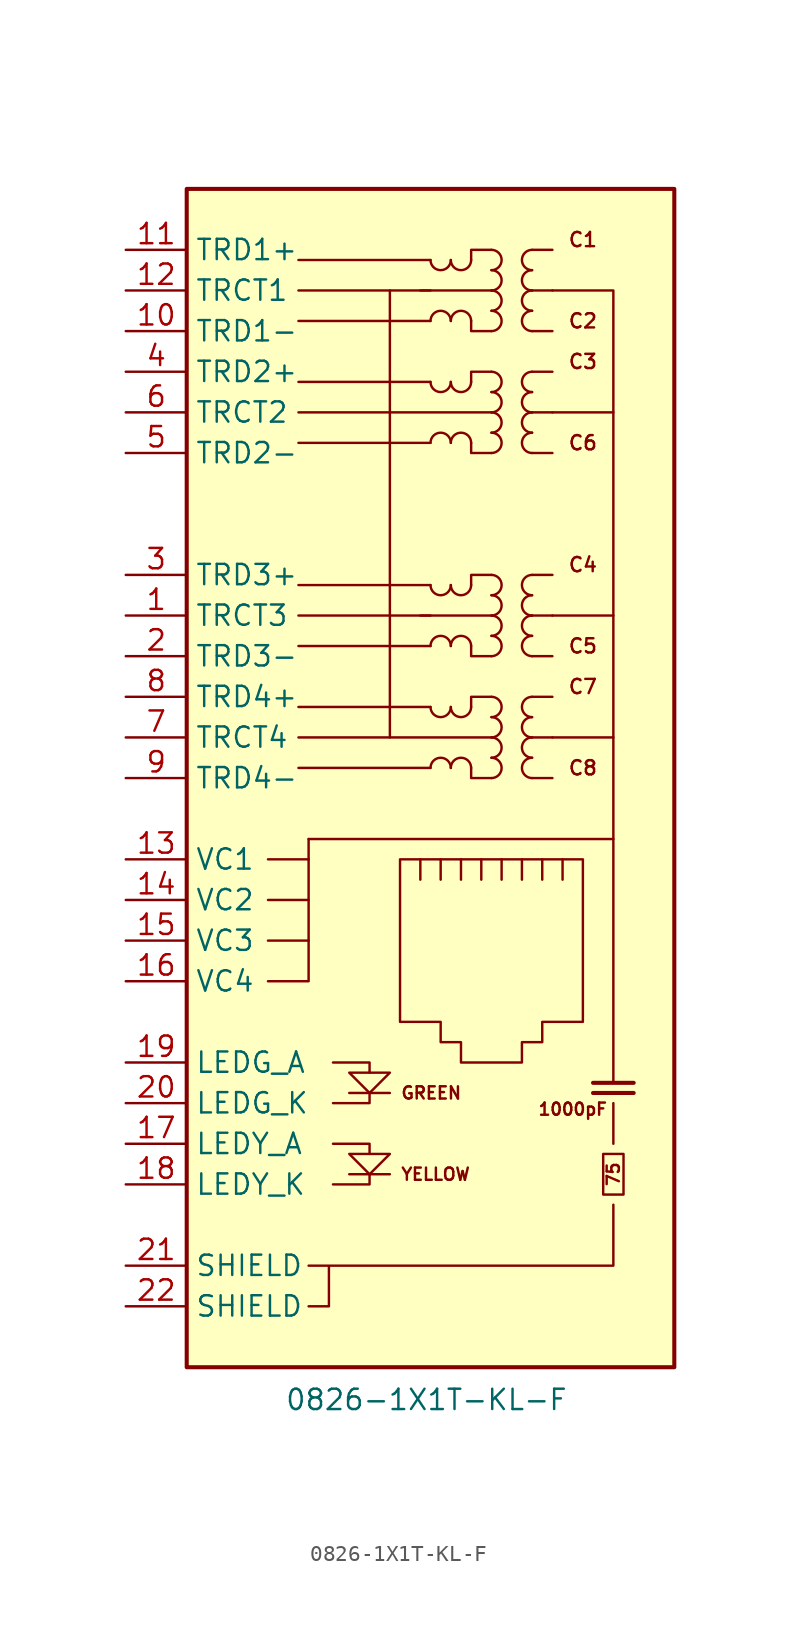
<source format=kicad_sym>
(kicad_symbol_lib
  (version 20241209)
  (generator "kicad_symbol_editor")
  (generator_version "9.0")
  (symbol "0826-1X1T-KL-F"
    (property "Reference" "U"
      (at -14.224 38.354 0)
      (effects (font (size 1.27 1.27)) (hide yes)))
    (property "Value" "0826-1X1T-KL-F"
      (at -0.254 -38.862 0)
      (effects (font (size 1.27 1.27))))
    (symbol "0826-1X1T-KL-F_0_1"
      (polyline (pts (xy 3.81 22.86) (xy -2.54 22.86) (xy -2.54 30.48) (xy 0 30.48) (xy -2.54 30.48)) (stroke (width 0) (type default)) (fill (type none)))
      (polyline (pts (xy 3.81 2.54) (xy -2.54 2.54) (xy -2.54 10.16) (xy 0 10.16) (xy -2.54 10.16)) (stroke (width 0) (type default)) (fill (type none))))
    (symbol "0826-1X1T-KL-F_1_1"
      (rectangle (start -15.24 36.83) (end 15.24 -36.83) (stroke (width 0.254) (type default)) (fill (type background)))
      (polyline (pts (xy -10.16 -5.08) (xy -7.62 -5.08)) (stroke (width 0) (type default)) (fill (type none)))
      (polyline (pts (xy -10.16 -7.62) (xy -7.62 -7.62)) (stroke (width 0) (type default)) (fill (type none)))
      (polyline (pts (xy -10.16 -10.16) (xy -7.62 -10.16)) (stroke (width 0) (type default)) (fill (type none)))
      (polyline (pts (xy -7.62 -3.81) (xy 11.43 -3.81) (xy 11.43 30.48) (xy 7.62 30.48)) (stroke (width 0) (type default)) (fill (type none)))
      (polyline (pts (xy -7.62 -5.08) (xy -7.62 -3.81)) (stroke (width 0) (type default)) (fill (type none)))
      (polyline (pts (xy -7.62 -5.08) (xy -7.62 -12.7) (xy -10.16 -12.7)) (stroke (width 0) (type default)) (fill (type none)))
      (polyline (pts (xy -7.62 -33.02) (xy -6.35 -33.02) (xy -6.35 -30.48) (xy -7.62 -30.48) (xy -6.35 -30.48) (xy 11.43 -30.48) (xy 11.43 -26.67)) (stroke (width 0) (type default)) (fill (type none)))
      (polyline (pts (xy -6.096 -17.78) (xy -3.81 -17.78) (xy -3.81 -18.415)) (stroke (width 0) (type default)) (fill (type none)))
      (polyline (pts (xy -6.096 -22.86) (xy -3.81 -22.86) (xy -3.81 -23.495)) (stroke (width 0) (type default)) (fill (type none)))
      (polyline (pts (xy -6.096 -25.4) (xy -3.81 -25.4) (xy -3.81 -24.765)) (stroke (width 0) (type default)) (fill (type none)))
      (polyline (pts (xy -5.08 -18.415) (xy -2.54 -18.415) (xy -3.81 -19.685) (xy -5.08 -18.415)) (stroke (width 0) (type default)) (fill (type none)))
      (polyline (pts (xy -3.81 -19.685) (xy -3.81 -20.32) (xy -6.096 -20.32)) (stroke (width 0) (type default)) (fill (type none)))
      (polyline (pts (xy -2.54 30.48) (xy -8.255 30.48)) (stroke (width 0) (type default)) (fill (type none)))
      (polyline (pts (xy -2.54 22.86) (xy -8.255 22.86)) (stroke (width 0) (type default)) (fill (type none)))
      (polyline (pts (xy -2.54 10.16) (xy -8.255 10.16)) (stroke (width 0) (type default)) (fill (type none)))
      (polyline (pts (xy -2.54 10.16) (xy -2.54 22.86)) (stroke (width 0) (type default)) (fill (type none)))
      (polyline (pts (xy -2.54 2.54) (xy -8.255 2.54)) (stroke (width 0) (type default)) (fill (type none)))
      (polyline (pts (xy -2.54 -19.685) (xy -5.08 -19.685)) (stroke (width 0) (type default)) (fill (type none)))
      (polyline (pts (xy -2.54 -23.495) (xy -5.08 -23.495) (xy -3.81 -24.765) (xy -2.54 -23.495)) (stroke (width 0) (type default)) (fill (type none)))
      (polyline (pts (xy -2.54 -24.765) (xy -5.08 -24.765)) (stroke (width 0) (type default)) (fill (type none)))
      (polyline (pts (xy -1.905 -5.08) (xy 9.525 -5.08) (xy 9.525 -15.24) (xy 6.985 -15.24) (xy 6.985 -16.51) (xy 5.715 -16.51) (xy 5.715 -17.78) (xy 1.905 -17.78) (xy 1.905 -16.51) (xy 0.635 -16.51) (xy 0.635 -15.24) (xy -1.905 -15.24) (xy -1.905 -5.08)) (stroke (width 0) (type default)) (fill (type none)))
      (polyline (pts (xy -0.635 30.48) (xy 3.81 30.48)) (stroke (width 0) (type default)) (fill (type none)))
      (polyline (pts (xy -0.635 10.16) (xy 3.81 10.16)) (stroke (width 0) (type default)) (fill (type none)))
      (polyline (pts (xy -0.635 -6.35) (xy -0.635 -5.08)) (stroke (width 0) (type default)) (fill (type none)))
      (polyline (pts (xy 0 32.385) (xy -8.255 32.385)) (stroke (width 0) (type default)) (fill (type none)))
      (polyline (pts (xy 0 28.575) (xy -8.255 28.575)) (stroke (width 0) (type default)) (fill (type none)))
      (polyline (pts (xy 0 24.765) (xy -8.255 24.765)) (stroke (width 0) (type default)) (fill (type none)))
      (polyline (pts (xy 0 20.955) (xy -8.255 20.955)) (stroke (width 0) (type default)) (fill (type none)))
      (polyline (pts (xy 0 12.065) (xy -8.255 12.065)) (stroke (width 0) (type default)) (fill (type none)))
      (polyline (pts (xy 0 8.255) (xy -8.255 8.255)) (stroke (width 0) (type default)) (fill (type none)))
      (polyline (pts (xy 0 4.445) (xy -8.255 4.445)) (stroke (width 0) (type default)) (fill (type none)))
      (polyline (pts (xy 0 0.635) (xy -8.255 0.635)) (stroke (width 0) (type default)) (fill (type none)))
      (arc (start 1.27 32.385) (mid 0.635 31.7527) (end 0 32.385) (stroke (width 0) (type default)) (fill (type none)))
      (arc (start 0 28.575) (mid 0.635 29.2072) (end 1.27 28.575) (stroke (width 0) (type default)) (fill (type none)))
      (arc (start 1.27 24.765) (mid 0.635 24.1327) (end 0 24.765) (stroke (width 0) (type default)) (fill (type none)))
      (arc (start 0 20.955) (mid 0.635 21.5872) (end 1.27 20.955) (stroke (width 0) (type default)) (fill (type none)))
      (arc (start 1.27 12.065) (mid 0.635 11.4327) (end 0 12.065) (stroke (width 0) (type default)) (fill (type none)))
      (arc (start 0 8.255) (mid 0.635 8.8872) (end 1.27 8.255) (stroke (width 0) (type default)) (fill (type none)))
      (arc (start 1.27 4.445) (mid 0.635 3.8127) (end 0 4.445) (stroke (width 0) (type default)) (fill (type none)))
      (arc (start 0 0.635) (mid 0.635 1.2672) (end 1.27 0.635) (stroke (width 0) (type default)) (fill (type none)))
      (polyline (pts (xy 0.635 -5.08) (xy 0.635 -6.35)) (stroke (width 0) (type default)) (fill (type none)))
      (arc (start 2.54 32.385) (mid 1.905 31.7527) (end 1.27 32.385) (stroke (width 0) (type default)) (fill (type none)))
      (arc (start 1.27 28.575) (mid 1.905 29.2072) (end 2.54 28.575) (stroke (width 0) (type default)) (fill (type none)))
      (arc (start 2.54 24.765) (mid 1.905 24.1327) (end 1.27 24.765) (stroke (width 0) (type default)) (fill (type none)))
      (arc (start 1.27 20.955) (mid 1.905 21.5872) (end 2.54 20.955) (stroke (width 0) (type default)) (fill (type none)))
      (arc (start 2.54 12.065) (mid 1.905 11.4327) (end 1.27 12.065) (stroke (width 0) (type default)) (fill (type none)))
      (arc (start 1.27 8.255) (mid 1.905 8.8872) (end 2.54 8.255) (stroke (width 0) (type default)) (fill (type none)))
      (arc (start 2.54 4.445) (mid 1.905 3.8127) (end 1.27 4.445) (stroke (width 0) (type default)) (fill (type none)))
      (arc (start 1.27 0.635) (mid 1.905 1.2672) (end 2.54 0.635) (stroke (width 0) (type default)) (fill (type none)))
      (polyline (pts (xy 1.905 -5.08) (xy 1.905 -6.35)) (stroke (width 0) (type default)) (fill (type none)))
      (polyline (pts (xy 2.54 28.575) (xy 2.54 27.94) (xy 3.81 27.94)) (stroke (width 0) (type default)) (fill (type none)))
      (polyline (pts (xy 2.54 20.955) (xy 2.54 20.32) (xy 3.81 20.32)) (stroke (width 0) (type default)) (fill (type none)))
      (polyline (pts (xy 2.54 8.255) (xy 2.54 7.62) (xy 3.81 7.62)) (stroke (width 0) (type default)) (fill (type none)))
      (polyline (pts (xy 2.54 0.635) (xy 2.54 0) (xy 3.81 0)) (stroke (width 0) (type default)) (fill (type none)))
      (polyline (pts (xy 3.175 -5.08) (xy 3.175 -6.35)) (stroke (width 0) (type default)) (fill (type none)))
      (arc (start 3.81 33.02) (mid 4.4422 32.385) (end 3.81 31.75) (stroke (width 0) (type default)) (fill (type none)))
      (arc (start 3.81 31.75) (mid 4.4422 31.115) (end 3.81 30.48) (stroke (width 0) (type default)) (fill (type none)))
      (arc (start 3.81 30.48) (mid 4.4422 29.845) (end 3.81 29.21) (stroke (width 0) (type default)) (fill (type none)))
      (arc (start 3.81 29.21) (mid 4.4422 28.575) (end 3.81 27.94) (stroke (width 0) (type default)) (fill (type none)))
      (arc (start 3.81 25.4) (mid 4.4422 24.765) (end 3.81 24.13) (stroke (width 0) (type default)) (fill (type none)))
      (arc (start 3.81 24.13) (mid 4.4422 23.495) (end 3.81 22.86) (stroke (width 0) (type default)) (fill (type none)))
      (arc (start 3.81 22.86) (mid 4.4422 22.225) (end 3.81 21.59) (stroke (width 0) (type default)) (fill (type none)))
      (arc (start 3.81 21.59) (mid 4.4422 20.955) (end 3.81 20.32) (stroke (width 0) (type default)) (fill (type none)))
      (arc (start 3.81 12.7) (mid 4.4422 12.065) (end 3.81 11.43) (stroke (width 0) (type default)) (fill (type none)))
      (arc (start 3.81 11.43) (mid 4.4422 10.795) (end 3.81 10.16) (stroke (width 0) (type default)) (fill (type none)))
      (arc (start 3.81 10.16) (mid 4.4422 9.525) (end 3.81 8.89) (stroke (width 0) (type default)) (fill (type none)))
      (arc (start 3.81 8.89) (mid 4.4422 8.255) (end 3.81 7.62) (stroke (width 0) (type default)) (fill (type none)))
      (arc (start 3.81 5.08) (mid 4.4422 4.445) (end 3.81 3.81) (stroke (width 0) (type default)) (fill (type none)))
      (arc (start 3.81 3.81) (mid 4.4422 3.175) (end 3.81 2.54) (stroke (width 0) (type default)) (fill (type none)))
      (arc (start 3.81 2.54) (mid 4.4422 1.905) (end 3.81 1.27) (stroke (width 0) (type default)) (fill (type none)))
      (arc (start 3.81 1.27) (mid 4.4422 0.635) (end 3.81 0) (stroke (width 0) (type default)) (fill (type none)))
      (polyline (pts (xy 3.81 33.02) (xy 2.54 33.02) (xy 2.54 32.385)) (stroke (width 0) (type default)) (fill (type none)))
      (polyline (pts (xy 3.81 25.4) (xy 2.54 25.4) (xy 2.54 24.765)) (stroke (width 0) (type default)) (fill (type none)))
      (polyline (pts (xy 3.81 12.7) (xy 2.54 12.7) (xy 2.54 12.065)) (stroke (width 0) (type default)) (fill (type none)))
      (polyline (pts (xy 3.81 5.08) (xy 2.54 5.08) (xy 2.54 4.445)) (stroke (width 0) (type default)) (fill (type none)))
      (polyline (pts (xy 4.445 -5.08) (xy 4.445 -6.35)) (stroke (width 0) (type default)) (fill (type none)))
      (polyline (pts (xy 5.715 -5.08) (xy 5.715 -6.35)) (stroke (width 0) (type default)) (fill (type none)))
      (polyline (pts (xy 6.35 33.02) (xy 7.62 33.02)) (stroke (width 0) (type default)) (fill (type none)))
      (polyline (pts (xy 6.35 30.48) (xy 7.62 30.48)) (stroke (width 0) (type default)) (fill (type none)))
      (polyline (pts (xy 6.35 27.94) (xy 7.62 27.94)) (stroke (width 0) (type default)) (fill (type none)))
      (polyline (pts (xy 6.35 25.4) (xy 7.62 25.4)) (stroke (width 0) (type default)) (fill (type none)))
      (polyline (pts (xy 6.35 22.86) (xy 7.62 22.86)) (stroke (width 0) (type default)) (fill (type none)))
      (polyline (pts (xy 6.35 20.32) (xy 7.62 20.32)) (stroke (width 0) (type default)) (fill (type none)))
      (polyline (pts (xy 6.35 12.7) (xy 7.62 12.7)) (stroke (width 0) (type default)) (fill (type none)))
      (polyline (pts (xy 6.35 10.16) (xy 7.62 10.16)) (stroke (width 0) (type default)) (fill (type none)))
      (polyline (pts (xy 6.35 7.62) (xy 7.62 7.62)) (stroke (width 0) (type default)) (fill (type none)))
      (polyline (pts (xy 6.35 5.08) (xy 7.62 5.08)) (stroke (width 0) (type default)) (fill (type none)))
      (polyline (pts (xy 6.35 2.54) (xy 7.62 2.54)) (stroke (width 0) (type default)) (fill (type none)))
      (polyline (pts (xy 6.35 0) (xy 7.62 0)) (stroke (width 0) (type default)) (fill (type none)))
      (arc (start 6.35 31.75) (mid 5.718 32.385) (end 6.35 33.02) (stroke (width 0) (type default)) (fill (type none)))
      (arc (start 6.35 30.48) (mid 5.718 31.115) (end 6.35 31.75) (stroke (width 0) (type default)) (fill (type none)))
      (arc (start 6.35 29.21) (mid 5.718 29.845) (end 6.35 30.48) (stroke (width 0) (type default)) (fill (type none)))
      (arc (start 6.35 27.94) (mid 5.718 28.575) (end 6.35 29.21) (stroke (width 0) (type default)) (fill (type none)))
      (arc (start 6.35 24.13) (mid 5.718 24.765) (end 6.35 25.4) (stroke (width 0) (type default)) (fill (type none)))
      (arc (start 6.35 22.86) (mid 5.718 23.495) (end 6.35 24.13) (stroke (width 0) (type default)) (fill (type none)))
      (arc (start 6.35 21.59) (mid 5.718 22.225) (end 6.35 22.86) (stroke (width 0) (type default)) (fill (type none)))
      (arc (start 6.35 20.32) (mid 5.718 20.955) (end 6.35 21.59) (stroke (width 0) (type default)) (fill (type none)))
      (arc (start 6.35 11.43) (mid 5.718 12.065) (end 6.35 12.7) (stroke (width 0) (type default)) (fill (type none)))
      (arc (start 6.35 10.16) (mid 5.718 10.795) (end 6.35 11.43) (stroke (width 0) (type default)) (fill (type none)))
      (arc (start 6.35 8.89) (mid 5.718 9.525) (end 6.35 10.16) (stroke (width 0) (type default)) (fill (type none)))
      (arc (start 6.35 7.62) (mid 5.718 8.255) (end 6.35 8.89) (stroke (width 0) (type default)) (fill (type none)))
      (arc (start 6.35 3.81) (mid 5.718 4.445) (end 6.35 5.08) (stroke (width 0) (type default)) (fill (type none)))
      (arc (start 6.35 2.54) (mid 5.718 3.175) (end 6.35 3.81) (stroke (width 0) (type default)) (fill (type none)))
      (arc (start 6.35 1.27) (mid 5.718 1.905) (end 6.35 2.54) (stroke (width 0) (type default)) (fill (type none)))
      (arc (start 6.35 0) (mid 5.718 0.635) (end 6.35 1.27) (stroke (width 0) (type default)) (fill (type none)))
      (polyline (pts (xy 6.985 -6.35) (xy 6.985 -5.08)) (stroke (width 0) (type default)) (fill (type none)))
      (polyline (pts (xy 7.62 22.86) (xy 11.43 22.86)) (stroke (width 0) (type default)) (fill (type none)))
      (polyline (pts (xy 7.62 10.16) (xy 11.43 10.16)) (stroke (width 0) (type default)) (fill (type none)))
      (polyline (pts (xy 7.62 2.54) (xy 11.43 2.54)) (stroke (width 0) (type default)) (fill (type none)))
      (polyline (pts (xy 8.255 -6.35) (xy 8.255 -5.08)) (stroke (width 0) (type default)) (fill (type none)))
      (polyline (pts (xy 10.16 -19.05) (xy 12.7 -19.05)) (stroke (width 0.254) (type default)) (fill (type none)))
      (polyline (pts (xy 10.16 -19.685) (xy 12.7 -19.685)) (stroke (width 0.254) (type default)) (fill (type none)))
      (polyline (pts (xy 11.43 -19.05) (xy 11.43 -3.81)) (stroke (width 0) (type default)) (fill (type none)))
      (polyline (pts (xy 11.43 -22.86) (xy 11.43 -20.32)) (stroke (width 0) (type default)) (fill (type none)))
      (rectangle (start 12.065 -26.035) (end 10.795 -23.495) (stroke (width 0) (type default)) (fill (type none)))
      (text "GREEN" (at -1.905 -19.685 0) (effects (font (size 0.762 0.762)) (justify left)))
      (text "YELLOW" (at -1.905 -24.765 0) (effects (font (size 0.762 0.762)) (justify left)))
      (text "1000pF" (at 8.89 -20.701 0) (effects (font (size 0.762 0.762))))
      (text "C1" (at 9.525 33.655 0) (effects (font (size 0.889 0.889))))
      (text "C2" (at 9.525 28.575 0) (effects (font (size 0.889 0.889))))
      (text "C3" (at 9.525 26.035 0) (effects (font (size 0.889 0.889))))
      (text "C6" (at 9.525 20.955 0) (effects (font (size 0.889 0.889))))
      (text "C4" (at 9.525 13.335 0) (effects (font (size 0.889 0.889))))
      (text "C5" (at 9.525 8.255 0) (effects (font (size 0.889 0.889))))
      (text "C7" (at 9.525 5.715 0) (effects (font (size 0.889 0.889))))
      (text "C8" (at 9.525 0.635 0) (effects (font (size 0.889 0.889))))
      (text "75" (at 11.43 -24.765 900) (effects (font (size 0.762 0.762))))
      (pin passive line (at -19.05 33.02 0) (length 3.81) (name "TRD1+" (effects (font (size 1.27 1.27)))) (number "11" (effects (font (size 1.27 1.27)))))
      (pin passive line (at -19.05 30.48 0) (length 3.81) (name "TRCT1" (effects (font (size 1.27 1.27)))) (number "12" (effects (font (size 1.27 1.27)))))
      (pin passive line (at -19.05 27.94 0) (length 3.81) (name "TRD1-" (effects (font (size 1.27 1.27)))) (number "10" (effects (font (size 1.27 1.27)))))
      (pin passive line (at -19.05 25.4 0) (length 3.81) (name "TRD2+" (effects (font (size 1.27 1.27)))) (number "4" (effects (font (size 1.27 1.27)))))
      (pin passive line (at -19.05 22.86 0) (length 3.81) (name "TRCT2" (effects (font (size 1.27 1.27)))) (number "6" (effects (font (size 1.27 1.27)))))
      (pin passive line (at -19.05 20.32 0) (length 3.81) (name "TRD2-" (effects (font (size 1.27 1.27)))) (number "5" (effects (font (size 1.27 1.27)))))
      (pin passive line (at -19.05 12.7 0) (length 3.81) (name "TRD3+" (effects (font (size 1.27 1.27)))) (number "3" (effects (font (size 1.27 1.27)))))
      (pin passive line (at -19.05 10.16 0) (length 3.81) (name "TRCT3" (effects (font (size 1.27 1.27)))) (number "1" (effects (font (size 1.27 1.27)))))
      (pin passive line (at -19.05 7.62 0) (length 3.81) (name "TRD3-" (effects (font (size 1.27 1.27)))) (number "2" (effects (font (size 1.27 1.27)))))
      (pin passive line (at -19.05 5.08 0) (length 3.81) (name "TRD4+" (effects (font (size 1.27 1.27)))) (number "8" (effects (font (size 1.27 1.27)))))
      (pin passive line (at -19.05 2.54 0) (length 3.81) (name "TRCT4" (effects (font (size 1.27 1.27)))) (number "7" (effects (font (size 1.27 1.27)))))
      (pin passive line (at -19.05 0 0) (length 3.81) (name "TRD4-" (effects (font (size 1.27 1.27)))) (number "9" (effects (font (size 1.27 1.27)))))
      (pin passive line (at -19.05 -5.08 0) (length 3.81) (name "VC1" (effects (font (size 1.27 1.27)))) (number "13" (effects (font (size 1.27 1.27)))))
      (pin passive line (at -19.05 -7.62 0) (length 3.81) (name "VC2" (effects (font (size 1.27 1.27)))) (number "14" (effects (font (size 1.27 1.27)))))
      (pin passive line (at -19.05 -10.16 0) (length 3.81) (name "VC3" (effects (font (size 1.27 1.27)))) (number "15" (effects (font (size 1.27 1.27)))))
      (pin passive line (at -19.05 -12.7 0) (length 3.81) (name "VC4" (effects (font (size 1.27 1.27)))) (number "16" (effects (font (size 1.27 1.27)))))
      (pin passive line (at -19.05 -17.78 0) (length 3.81) (name "LEDG_A" (effects (font (size 1.27 1.27)))) (number "19" (effects (font (size 1.27 1.27)))))
      (pin passive line (at -19.05 -20.32 0) (length 3.81) (name "LEDG_K" (effects (font (size 1.27 1.27)))) (number "20" (effects (font (size 1.27 1.27)))))
      (pin passive line (at -19.05 -22.86 0) (length 3.81) (name "LEDY_A" (effects (font (size 1.27 1.27)))) (number "17" (effects (font (size 1.27 1.27)))))
      (pin passive line (at -19.05 -25.4 0) (length 3.81) (name "LEDY_K" (effects (font (size 1.27 1.27)))) (number "18" (effects (font (size 1.27 1.27)))))
      (pin passive line (at -19.05 -30.48 0) (length 3.81) (name "SHIELD" (effects (font (size 1.27 1.27)))) (number "21" (effects (font (size 1.27 1.27)))))
      (pin passive line (at -19.05 -33.02 0) (length 3.81) (name "SHIELD" (effects (font (size 1.27 1.27)))) (number "22" (effects (font (size 1.27 1.27))))))))
</source>
